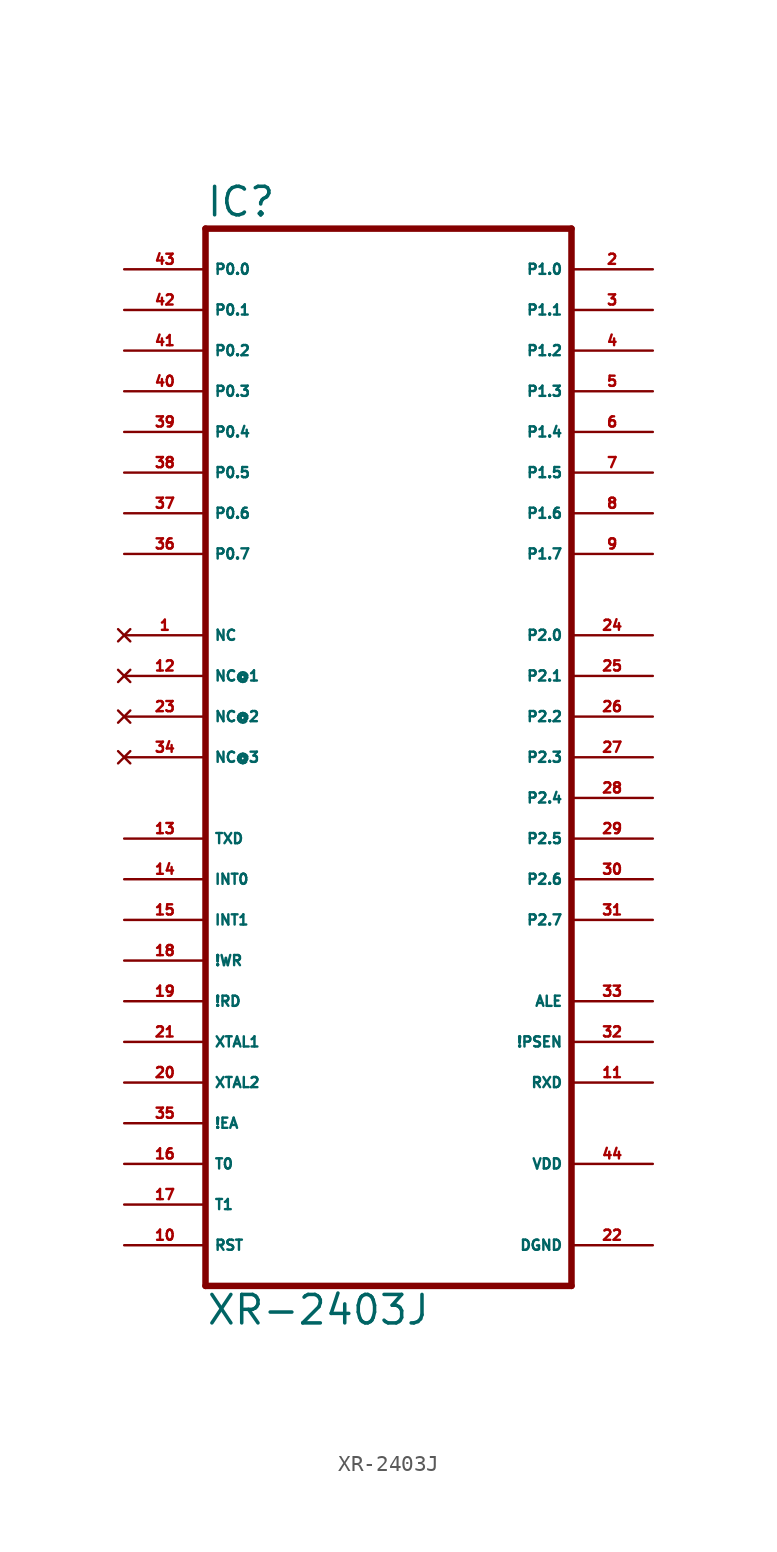
<source format=kicad_sym>
(kicad_symbol_lib
  (version 20220914)
  (generator Eagle2Kicad)
  (symbol "XR-2403J"
    (property "Reference" "IC"
      (at -12.7 31.115 0)
      (effects (font (size 1.778 1.778) (thickness 0.22)) (justify left bottom)))
    (property "Value" "XR-2403J"
      (at -12.7 -38.1 0)
      (effects (font (size 1.778 1.778) (thickness 0.22)) (justify left bottom)))
    (polyline
      (pts (xy -12.7 30.48) (xy 10.16 30.48))
      (stroke (width 0.406) (type default))
      (fill (type none)))
    (polyline
      (pts (xy 10.16 30.48) (xy 10.16 -35.56))
      (stroke (width 0.406) (type default))
      (fill (type none)))
    (polyline
      (pts (xy 10.16 -35.56) (xy -12.7 -35.56))
      (stroke (width 0.406) (type default))
      (fill (type none)))
    (polyline
      (pts (xy -12.7 -35.56) (xy -12.7 30.48))
      (stroke (width 0.406) (type default))
      (fill (type none)))
    (pin bidirectional line
      (at -17.78 27.94 0)
      (length 5.08)
      (name "P0.0" (effects (font (size 0.635 0.635) (thickness 0.08)) (justify left bottom)))
      (number "43" (effects (font (size 0.635 0.635) (thickness 0.08)) (justify left bottom))))
    (pin bidirectional line
      (at -17.78 25.4 0)
      (length 5.08)
      (name "P0.1" (effects (font (size 0.635 0.635) (thickness 0.08)) (justify left bottom)))
      (number "42" (effects (font (size 0.635 0.635) (thickness 0.08)) (justify left bottom))))
    (pin bidirectional line
      (at -17.78 22.86 0)
      (length 5.08)
      (name "P0.2" (effects (font (size 0.635 0.635) (thickness 0.08)) (justify left bottom)))
      (number "41" (effects (font (size 0.635 0.635) (thickness 0.08)) (justify left bottom))))
    (pin bidirectional line
      (at -17.78 20.32 0)
      (length 5.08)
      (name "P0.3" (effects (font (size 0.635 0.635) (thickness 0.08)) (justify left bottom)))
      (number "40" (effects (font (size 0.635 0.635) (thickness 0.08)) (justify left bottom))))
    (pin bidirectional line
      (at -17.78 17.78 0)
      (length 5.08)
      (name "P0.4" (effects (font (size 0.635 0.635) (thickness 0.08)) (justify left bottom)))
      (number "39" (effects (font (size 0.635 0.635) (thickness 0.08)) (justify left bottom))))
    (pin bidirectional line
      (at -17.78 15.24 0)
      (length 5.08)
      (name "P0.5" (effects (font (size 0.635 0.635) (thickness 0.08)) (justify left bottom)))
      (number "38" (effects (font (size 0.635 0.635) (thickness 0.08)) (justify left bottom))))
    (pin bidirectional line
      (at -17.78 12.7 0)
      (length 5.08)
      (name "P0.6" (effects (font (size 0.635 0.635) (thickness 0.08)) (justify left bottom)))
      (number "37" (effects (font (size 0.635 0.635) (thickness 0.08)) (justify left bottom))))
    (pin bidirectional line
      (at -17.78 10.16 0)
      (length 5.08)
      (name "P0.7" (effects (font (size 0.635 0.635) (thickness 0.08)) (justify left bottom)))
      (number "36" (effects (font (size 0.635 0.635) (thickness 0.08)) (justify left bottom))))
    (pin bidirectional line
      (at 15.24 25.4 180)
      (length 5.08)
      (name "P1.1" (effects (font (size 0.635 0.635) (thickness 0.08)) (justify left bottom)))
      (number "3" (effects (font (size 0.635 0.635) (thickness 0.08)) (justify left bottom))))
    (pin bidirectional line
      (at 15.24 22.86 180)
      (length 5.08)
      (name "P1.2" (effects (font (size 0.635 0.635) (thickness 0.08)) (justify left bottom)))
      (number "4" (effects (font (size 0.635 0.635) (thickness 0.08)) (justify left bottom))))
    (pin bidirectional line
      (at 15.24 20.32 180)
      (length 5.08)
      (name "P1.3" (effects (font (size 0.635 0.635) (thickness 0.08)) (justify left bottom)))
      (number "5" (effects (font (size 0.635 0.635) (thickness 0.08)) (justify left bottom))))
    (pin bidirectional line
      (at 15.24 17.78 180)
      (length 5.08)
      (name "P1.4" (effects (font (size 0.635 0.635) (thickness 0.08)) (justify left bottom)))
      (number "6" (effects (font (size 0.635 0.635) (thickness 0.08)) (justify left bottom))))
    (pin bidirectional line
      (at 15.24 15.24 180)
      (length 5.08)
      (name "P1.5" (effects (font (size 0.635 0.635) (thickness 0.08)) (justify left bottom)))
      (number "7" (effects (font (size 0.635 0.635) (thickness 0.08)) (justify left bottom))))
    (pin bidirectional line
      (at 15.24 12.7 180)
      (length 5.08)
      (name "P1.6" (effects (font (size 0.635 0.635) (thickness 0.08)) (justify left bottom)))
      (number "8" (effects (font (size 0.635 0.635) (thickness 0.08)) (justify left bottom))))
    (pin bidirectional line
      (at 15.24 10.16 180)
      (length 5.08)
      (name "P1.7" (effects (font (size 0.635 0.635) (thickness 0.08)) (justify left bottom)))
      (number "9" (effects (font (size 0.635 0.635) (thickness 0.08)) (justify left bottom))))
    (pin bidirectional line
      (at 15.24 27.94 180)
      (length 5.08)
      (name "P1.0" (effects (font (size 0.635 0.635) (thickness 0.08)) (justify left bottom)))
      (number "2" (effects (font (size 0.635 0.635) (thickness 0.08)) (justify left bottom))))
    (pin input line
      (at -17.78 -7.62 0)
      (length 5.08)
      (name "TXD" (effects (font (size 0.635 0.635) (thickness 0.08)) (justify left bottom)))
      (number "13" (effects (font (size 0.635 0.635) (thickness 0.08)) (justify left bottom))))
    (pin input line
      (at -17.78 -10.16 0)
      (length 5.08)
      (name "INT0" (effects (font (size 0.635 0.635) (thickness 0.08)) (justify left bottom)))
      (number "14" (effects (font (size 0.635 0.635) (thickness 0.08)) (justify left bottom))))
    (pin input line
      (at -17.78 -12.7 0)
      (length 5.08)
      (name "INT1" (effects (font (size 0.635 0.635) (thickness 0.08)) (justify left bottom)))
      (number "15" (effects (font (size 0.635 0.635) (thickness 0.08)) (justify left bottom))))
    (pin input line
      (at -17.78 -15.24 0)
      (length 5.08)
      (name "!WR" (effects (font (size 0.635 0.635) (thickness 0.08)) (justify left bottom)))
      (number "18" (effects (font (size 0.635 0.635) (thickness 0.08)) (justify left bottom))))
    (pin input line
      (at -17.78 -17.78 0)
      (length 5.08)
      (name "!RD" (effects (font (size 0.635 0.635) (thickness 0.08)) (justify left bottom)))
      (number "19" (effects (font (size 0.635 0.635) (thickness 0.08)) (justify left bottom))))
    (pin input line
      (at -17.78 -20.32 0)
      (length 5.08)
      (name "XTAL1" (effects (font (size 0.635 0.635) (thickness 0.08)) (justify left bottom)))
      (number "21" (effects (font (size 0.635 0.635) (thickness 0.08)) (justify left bottom))))
    (pin input line
      (at -17.78 -22.86 0)
      (length 5.08)
      (name "XTAL2" (effects (font (size 0.635 0.635) (thickness 0.08)) (justify left bottom)))
      (number "20" (effects (font (size 0.635 0.635) (thickness 0.08)) (justify left bottom))))
    (pin output line
      (at 15.24 -20.32 180)
      (length 5.08)
      (name "!PSEN" (effects (font (size 0.635 0.635) (thickness 0.08)) (justify left bottom)))
      (number "32" (effects (font (size 0.635 0.635) (thickness 0.08)) (justify left bottom))))
    (pin output line
      (at 15.24 -17.78 180)
      (length 5.08)
      (name "ALE" (effects (font (size 0.635 0.635) (thickness 0.08)) (justify left bottom)))
      (number "33" (effects (font (size 0.635 0.635) (thickness 0.08)) (justify left bottom))))
    (pin input line
      (at -17.78 -25.4 0)
      (length 5.08)
      (name "!EA" (effects (font (size 0.635 0.635) (thickness 0.08)) (justify left bottom)))
      (number "35" (effects (font (size 0.635 0.635) (thickness 0.08)) (justify left bottom))))
    (pin bidirectional line
      (at 15.24 5.08 180)
      (length 5.08)
      (name "P2.0" (effects (font (size 0.635 0.635) (thickness 0.08)) (justify left bottom)))
      (number "24" (effects (font (size 0.635 0.635) (thickness 0.08)) (justify left bottom))))
    (pin bidirectional line
      (at 15.24 2.54 180)
      (length 5.08)
      (name "P2.1" (effects (font (size 0.635 0.635) (thickness 0.08)) (justify left bottom)))
      (number "25" (effects (font (size 0.635 0.635) (thickness 0.08)) (justify left bottom))))
    (pin bidirectional line
      (at 15.24 0 180)
      (length 5.08)
      (name "P2.2" (effects (font (size 0.635 0.635) (thickness 0.08)) (justify left bottom)))
      (number "26" (effects (font (size 0.635 0.635) (thickness 0.08)) (justify left bottom))))
    (pin bidirectional line
      (at 15.24 -2.54 180)
      (length 5.08)
      (name "P2.3" (effects (font (size 0.635 0.635) (thickness 0.08)) (justify left bottom)))
      (number "27" (effects (font (size 0.635 0.635) (thickness 0.08)) (justify left bottom))))
    (pin bidirectional line
      (at 15.24 -5.08 180)
      (length 5.08)
      (name "P2.4" (effects (font (size 0.635 0.635) (thickness 0.08)) (justify left bottom)))
      (number "28" (effects (font (size 0.635 0.635) (thickness 0.08)) (justify left bottom))))
    (pin bidirectional line
      (at 15.24 -7.62 180)
      (length 5.08)
      (name "P2.5" (effects (font (size 0.635 0.635) (thickness 0.08)) (justify left bottom)))
      (number "29" (effects (font (size 0.635 0.635) (thickness 0.08)) (justify left bottom))))
    (pin bidirectional line
      (at 15.24 -10.16 180)
      (length 5.08)
      (name "P2.6" (effects (font (size 0.635 0.635) (thickness 0.08)) (justify left bottom)))
      (number "30" (effects (font (size 0.635 0.635) (thickness 0.08)) (justify left bottom))))
    (pin bidirectional line
      (at 15.24 -12.7 180)
      (length 5.08)
      (name "P2.7" (effects (font (size 0.635 0.635) (thickness 0.08)) (justify left bottom)))
      (number "31" (effects (font (size 0.635 0.635) (thickness 0.08)) (justify left bottom))))
    (pin input line
      (at -17.78 -27.94 0)
      (length 5.08)
      (name "T0" (effects (font (size 0.635 0.635) (thickness 0.08)) (justify left bottom)))
      (number "16" (effects (font (size 0.635 0.635) (thickness 0.08)) (justify left bottom))))
    (pin input line
      (at -17.78 -30.48 0)
      (length 5.08)
      (name "T1" (effects (font (size 0.635 0.635) (thickness 0.08)) (justify left bottom)))
      (number "17" (effects (font (size 0.635 0.635) (thickness 0.08)) (justify left bottom))))
    (pin unspecified line
      (at 15.24 -27.94 180)
      (length 5.08)
      (name "VDD" (effects (font (size 0.635 0.635) (thickness 0.08)) (justify left bottom)))
      (number "44" (effects (font (size 0.635 0.635) (thickness 0.08)) (justify left bottom))))
    (pin unspecified line
      (at 15.24 -33.02 180)
      (length 5.08)
      (name "DGND" (effects (font (size 0.635 0.635) (thickness 0.08)) (justify left bottom)))
      (number "22" (effects (font (size 0.635 0.635) (thickness 0.08)) (justify left bottom))))
    (pin input line
      (at -17.78 -33.02 0)
      (length 5.08)
      (name "RST" (effects (font (size 0.635 0.635) (thickness 0.08)) (justify left bottom)))
      (number "10" (effects (font (size 0.635 0.635) (thickness 0.08)) (justify left bottom))))
    (pin output line
      (at 15.24 -22.86 180)
      (length 5.08)
      (name "RXD" (effects (font (size 0.635 0.635) (thickness 0.08)) (justify left bottom)))
      (number "11" (effects (font (size 0.635 0.635) (thickness 0.08)) (justify left bottom))))
    (pin no_connect line
      (at -17.78 5.08 0)
      (length 5.08)
      (name "NC" (effects (font (size 0.635 0.635) (thickness 0.08)) (justify left bottom) hide))
      (number "1" (effects (font (size 0.635 0.635) (thickness 0.08)) (justify left bottom) hide)))
    (pin no_connect line
      (at -17.78 2.54 0)
      (length 5.08)
      (name "NC@1" (effects (font (size 0.635 0.635) (thickness 0.08)) (justify left bottom) hide))
      (number "12" (effects (font (size 0.635 0.635) (thickness 0.08)) (justify left bottom) hide)))
    (pin no_connect line
      (at -17.78 0 0)
      (length 5.08)
      (name "NC@2" (effects (font (size 0.635 0.635) (thickness 0.08)) (justify left bottom) hide))
      (number "23" (effects (font (size 0.635 0.635) (thickness 0.08)) (justify left bottom) hide)))
    (pin no_connect line
      (at -17.78 -2.54 0)
      (length 5.08)
      (name "NC@3" (effects (font (size 0.635 0.635) (thickness 0.08)) (justify left bottom) hide))
      (number "34" (effects (font (size 0.635 0.635) (thickness 0.08)) (justify left bottom) hide)))))
</source>
